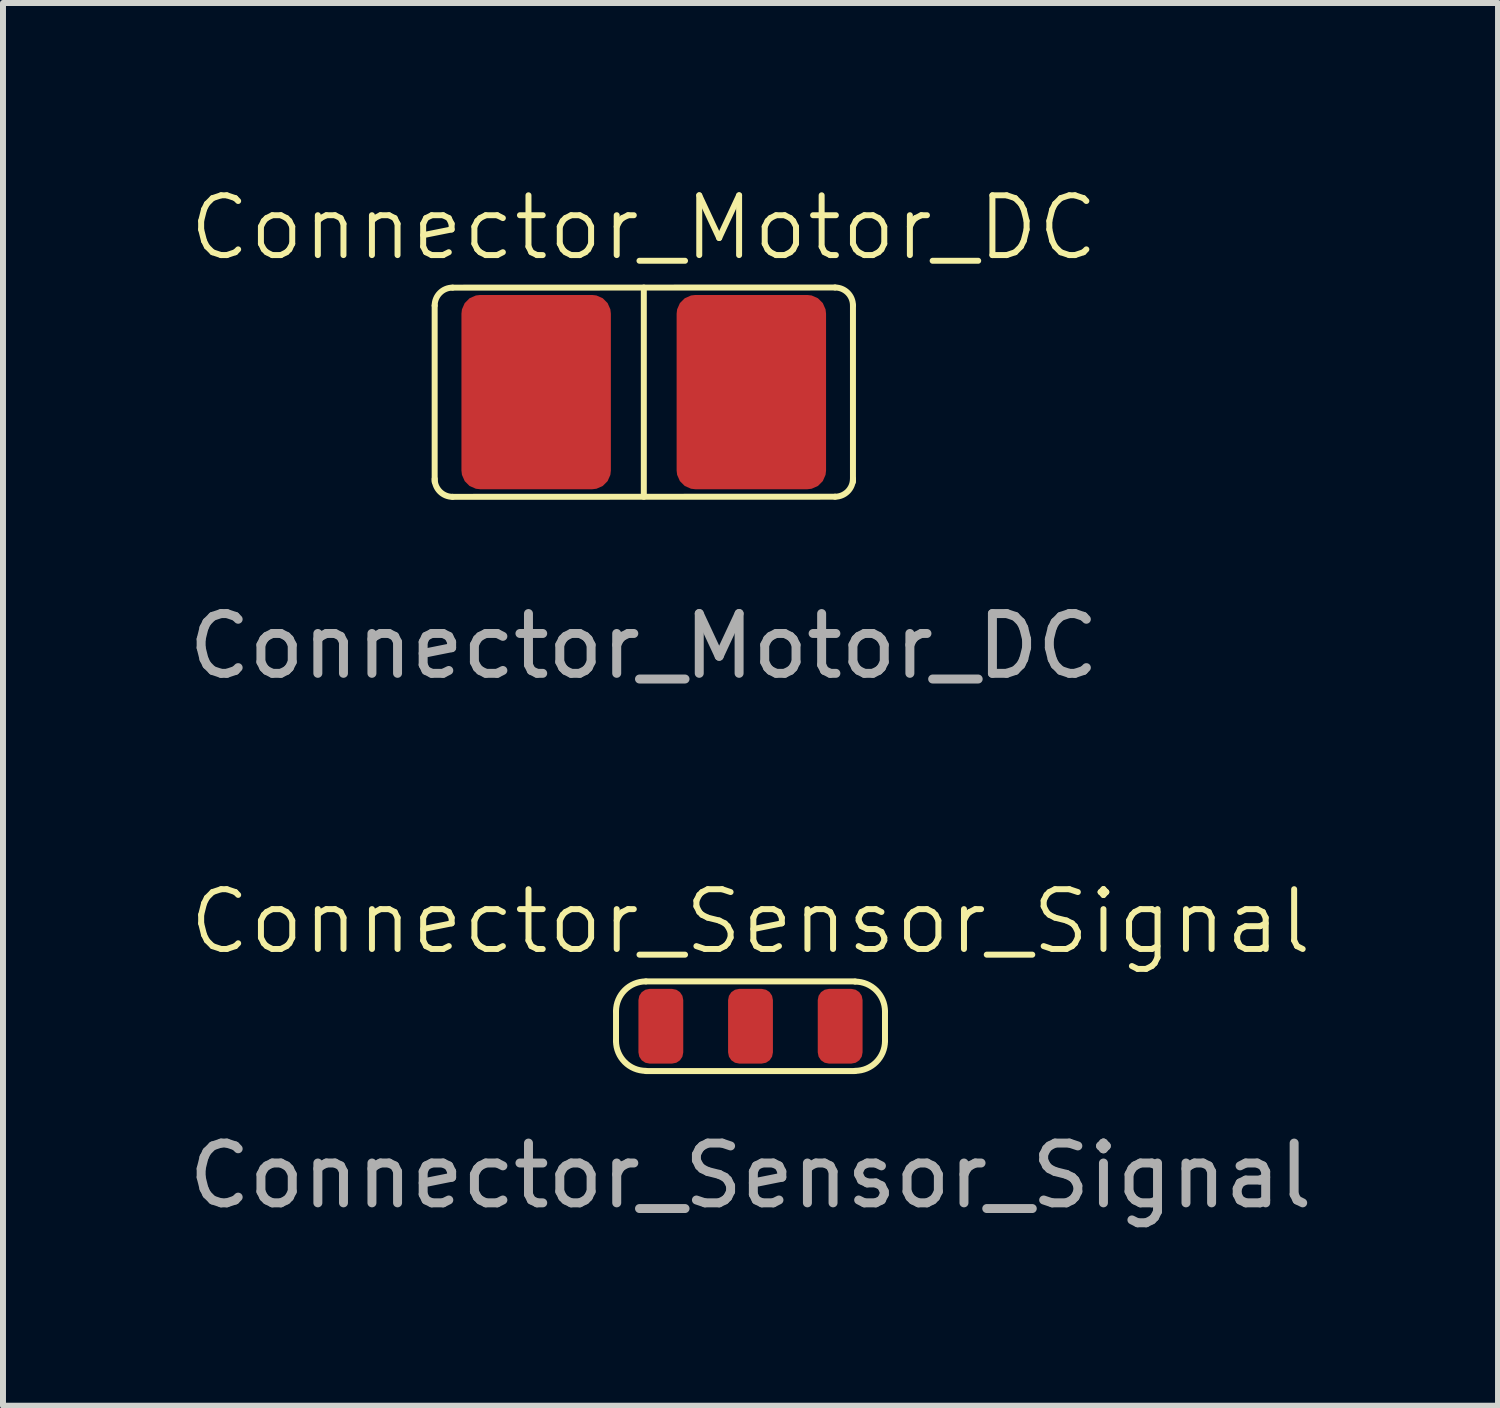
<source format=kicad_pcb>
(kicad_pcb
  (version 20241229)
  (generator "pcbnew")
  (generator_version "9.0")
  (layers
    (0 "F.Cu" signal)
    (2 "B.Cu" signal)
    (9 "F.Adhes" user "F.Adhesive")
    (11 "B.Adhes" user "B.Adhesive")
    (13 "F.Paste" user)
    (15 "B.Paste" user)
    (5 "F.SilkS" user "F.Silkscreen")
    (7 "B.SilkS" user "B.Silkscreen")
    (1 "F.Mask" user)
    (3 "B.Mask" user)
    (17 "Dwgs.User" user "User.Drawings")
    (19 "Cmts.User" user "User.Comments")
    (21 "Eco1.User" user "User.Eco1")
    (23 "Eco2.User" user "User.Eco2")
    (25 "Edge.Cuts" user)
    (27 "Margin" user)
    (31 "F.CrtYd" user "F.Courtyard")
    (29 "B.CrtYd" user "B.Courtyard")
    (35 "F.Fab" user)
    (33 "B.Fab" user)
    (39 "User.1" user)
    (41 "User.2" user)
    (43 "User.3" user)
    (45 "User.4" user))
  (footprint "Connector_Sensor_Signal"
    (layer "F.Cu")
    (at 9.506 14.119)
    (property "Reference" "Connector_Sensor_Signal" (at 0 -1.75 0) (unlocked yes) (layer "F.SilkS") (effects (font (size 1 1) (thickness 0.1))))
    (attr smd)
    (fp_line (start -2.25 -0.25) (end -2.25 0.246) (stroke (width 0.1) (type default)) (layer "F.SilkS"))
    (fp_line (start -1.75 0.75) (end 1.75 0.75) (stroke (width 0.1) (type default)) (layer "F.SilkS"))
    (fp_line (start 1.75 -0.75) (end -1.75 -0.75) (stroke (width 0.1) (type default)) (layer "F.SilkS"))
    (fp_line (start 2.25 -0.246) (end 2.25 0.246) (stroke (width 0.1) (type default)) (layer "F.SilkS"))
    (fp_arc (start -2.25 -0.25) (mid -2.103553 -0.603553) (end -1.75 -0.75) (stroke (width 0.1) (type default)) (layer "F.SilkS"))
    (fp_arc (start -1.75 0.746447) (mid -2.103553 0.6) (end -2.25 0.246447) (stroke (width 0.1) (type default)) (layer "F.SilkS"))
    (fp_arc (start 1.75 -0.746447) (mid 2.103554 -0.6) (end 2.25 -0.246447) (stroke (width 0.1) (type default)) (layer "F.SilkS"))
    (fp_arc (start 2.249999 0.246447) (mid 2.103552 0.6) (end 1.749999 0.746447) (stroke (width 0.1) (type default)) (layer "F.SilkS"))
    (fp_text user "${REFERENCE}" (at 0 2.5 0) (unlocked yes) (layer "F.Fab") (effects (font (size 1 1) (thickness 0.15))))
    (pad "1" smd roundrect (at -1.5 0) (size 0.75 1.25) (layers "F.Cu" "F.Mask" "F.Paste") (roundrect_rratio 0.25))
    (pad "2" smd roundrect (at 0 0) (size 0.75 1.25) (layers "F.Cu" "F.Mask" "F.Paste") (roundrect_rratio 0.25))
    (pad "3" smd roundrect (at 1.5 0) (size 0.75 1.25) (layers "F.Cu" "F.Mask" "F.Paste") (roundrect_rratio 0.25)))
  (footprint "Connector_Motor_DC"
    (layer "F.Cu")
    (at 7.72 3.51)
    (property "Reference" "Connector_Motor_DC" (at 0 -2.75 0) (unlocked yes) (layer "F.SilkS") (effects (font (size 1 1) (thickness 0.1))))
    (attr smd)
    (fp_line (start -3.498 -1.448) (end -3.498 1.502) (stroke (width 0.1) (type default)) (layer "F.SilkS"))
    (fp_line (start -3.198 -1.748) (end 3.2 -1.75) (stroke (width 0.1) (type default)) (layer "F.SilkS"))
    (fp_line (start 0.001 1.751) (end 0.001 -1.749) (stroke (width 0.1) (type default)) (layer "F.SilkS"))
    (fp_line (start 3.2 1.75) (end -3.198 1.752) (stroke (width 0.1) (type default)) (layer "F.SilkS"))
    (fp_line (start 3.5 -1.45) (end 3.5 1.5) (stroke (width 0.1) (type default)) (layer "F.SilkS"))
    (fp_arc (start -3.497868 -1.447868) (mid -3.41 -1.66) (end -3.197868 -1.747868) (stroke (width 0.1) (type default)) (layer "F.SilkS"))
    (fp_arc (start -3.197868 1.752132) (mid -3.41 1.664264) (end -3.497868 1.452132) (stroke (width 0.1) (type default)) (layer "F.SilkS"))
    (fp_arc (start 3.2 -1.75) (mid 3.412132 -1.662132) (end 3.5 -1.45) (stroke (width 0.1) (type default)) (layer "F.SilkS"))
    (fp_arc (start 3.5 1.45) (mid 3.412132 1.662132) (end 3.2 1.75) (stroke (width 0.1) (type default)) (layer "F.SilkS"))
    (fp_rect (start -3.5 -1.75) (end 3.5 1.75) (stroke (width 0.1) (type default)) (fill no) (layer "User.7"))
    (fp_text user "${REFERENCE}" (at 0 4.25 0) (unlocked yes) (layer "F.Fab") (effects (font (size 1 1) (thickness 0.15))))
    (pad "1" smd roundrect (at -1.8 0) (size 2.5 3.25) (layers "F.Cu" "F.Mask" "F.Paste") (roundrect_rratio 0.125))
    (pad "2" smd roundrect (at 1.8 0) (size 2.5 3.25) (layers "F.Cu" "F.Mask" "F.Paste") (roundrect_rratio 0.125)))
  (gr_rect
    (start -3 -3)
    (end 22.012 20.468)
    (stroke (width 0.1) (type default))
    (fill no)
    (layer "Edge.Cuts")))
</source>
